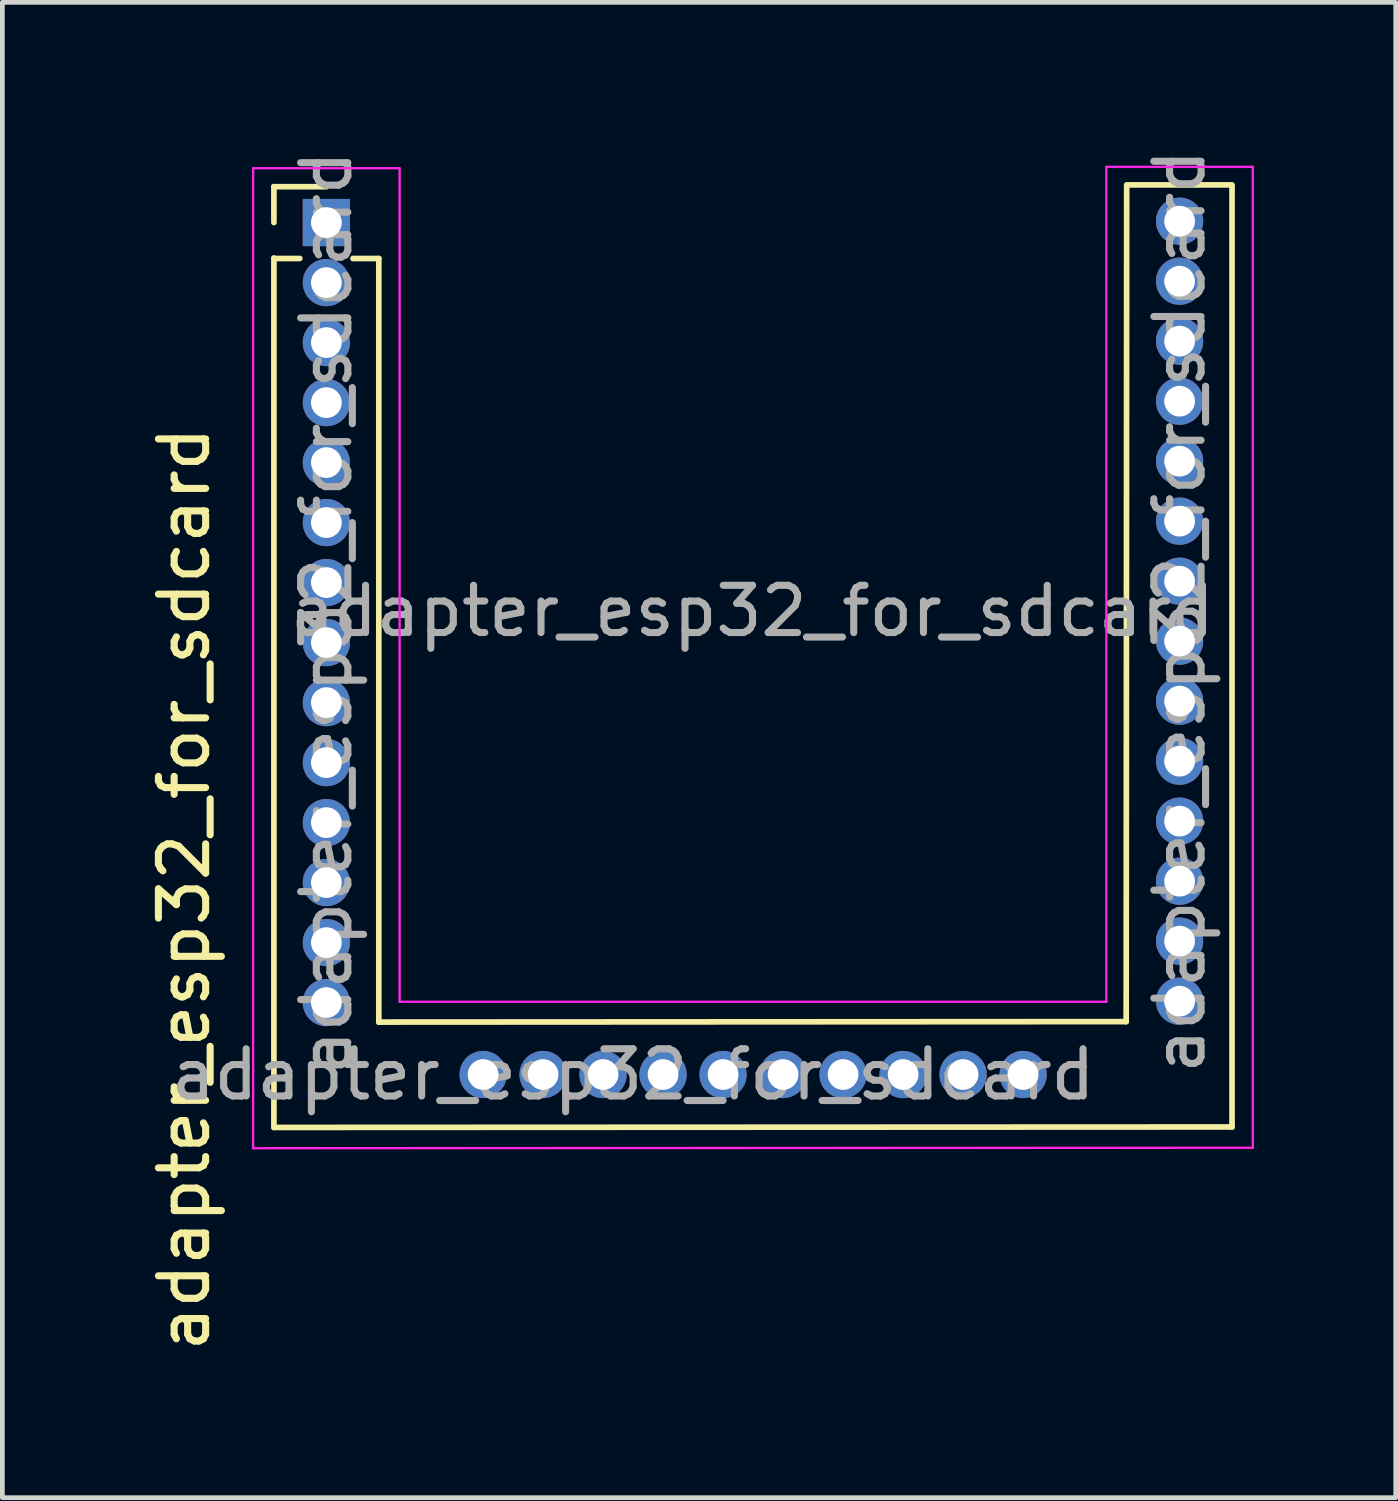
<source format=kicad_pcb>
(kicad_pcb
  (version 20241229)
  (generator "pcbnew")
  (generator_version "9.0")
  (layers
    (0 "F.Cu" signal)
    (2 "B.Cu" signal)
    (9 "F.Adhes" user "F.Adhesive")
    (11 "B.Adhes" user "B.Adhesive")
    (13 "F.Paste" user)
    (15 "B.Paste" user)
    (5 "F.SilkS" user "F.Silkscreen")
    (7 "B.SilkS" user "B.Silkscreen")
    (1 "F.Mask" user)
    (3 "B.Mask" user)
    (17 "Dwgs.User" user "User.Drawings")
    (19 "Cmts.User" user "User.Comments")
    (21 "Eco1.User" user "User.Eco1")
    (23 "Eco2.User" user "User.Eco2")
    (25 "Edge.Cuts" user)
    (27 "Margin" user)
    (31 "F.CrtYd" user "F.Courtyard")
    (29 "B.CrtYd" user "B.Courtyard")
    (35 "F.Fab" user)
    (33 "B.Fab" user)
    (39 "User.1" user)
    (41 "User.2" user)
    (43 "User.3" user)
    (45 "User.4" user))
  (footprint "adapter_esp32_for_sdcard"
    (layer "F.Cu")
    (at 12.878 9.884)
    (property "Reference" "adapter_esp32_for_sdcard" (at -12.03 5.88 90) (layer "F.SilkS") (effects (font (size 1 1) (thickness 0.15))))
    (attr through_hole)
    (fp_line (start -10.13 -8.982) (end -9.02 -8.982) (stroke (width 0.12) (type solid)) (layer "F.SilkS"))
    (fp_line (start -10.13 -8.223) (end -10.13 -8.982) (stroke (width 0.12) (type solid)) (layer "F.SilkS"))
    (fp_line (start -10.13 -7.473) (end -10.13 10.93) (stroke (width 0.12) (type solid)) (layer "F.SilkS"))
    (fp_line (start -10.13 -7.463) (end -9.583 -7.463) (stroke (width 0.12) (type solid)) (layer "F.SilkS"))
    (fp_line (start -10.13 10.93) (end 10.15 10.92) (stroke (width 0.12) (type solid)) (layer "F.SilkS"))
    (fp_line (start -8.457 -7.463) (end -7.91 -7.463) (stroke (width 0.12) (type solid)) (layer "F.SilkS"))
    (fp_line (start -7.91 -7.463) (end -7.91 8.7) (stroke (width 0.12) (type solid)) (layer "F.SilkS"))
    (fp_line (start -7.91 8.7) (end 7.91 8.69) (stroke (width 0.12) (type solid)) (layer "F.SilkS"))
    (fp_line (start 7.92 -9) (end 7.91 8.69) (stroke (width 0.12) (type solid)) (layer "F.SilkS"))
    (fp_line (start 10.15 -9.02) (end 7.92 -9.02) (stroke (width 0.12) (type solid)) (layer "F.SilkS"))
    (fp_line (start 10.15 -9) (end 10.15 10.92) (stroke (width 0.12) (type solid)) (layer "F.SilkS"))
    (fp_line (start -10.57 -9.373) (end -10.57 11.37) (stroke (width 0.05) (type solid)) (layer "F.CrtYd"))
    (fp_line (start -10.57 11.37) (end 10.59 11.36) (stroke (width 0.05) (type solid)) (layer "F.CrtYd"))
    (fp_line (start -7.47 -9.373) (end -10.57 -9.373) (stroke (width 0.05) (type solid)) (layer "F.CrtYd"))
    (fp_line (start -7.47 8.27) (end -7.47 -9.373) (stroke (width 0.05) (type solid)) (layer "F.CrtYd"))
    (fp_line (start 7.49 -9.402) (end 7.49 8.27) (stroke (width 0.05) (type solid)) (layer "F.CrtYd"))
    (fp_line (start 7.49 8.27) (end -7.47 8.27) (stroke (width 0.05) (type solid)) (layer "F.CrtYd"))
    (fp_line (start 10.59 -9.402) (end 7.49 -9.402) (stroke (width 0.05) (type solid)) (layer "F.CrtYd"))
    (fp_line (start 10.59 11.36) (end 10.59 -9.402) (stroke (width 0.05) (type solid)) (layer "F.CrtYd"))
    (fp_text user "${REFERENCE}" (at 9.04 0.003 90) (layer "F.Fab") (effects (font (size 1 1) (thickness 0.15))))
    (fp_text user "${REFERENCE}" (at 0 0 0) (layer "F.Fab") (effects (font (size 1 1) (thickness 0.15))))
    (fp_text user "${REFERENCE}" (at -2.527 9.81 180) (layer "F.Fab") (effects (font (size 1 1) (thickness 0.15))))
    (fp_text user "${REFERENCE}" (at -9.02 0.033 90) (layer "F.Fab") (effects (font (size 1 1) (thickness 0.15))))
    (pad "1" thru_hole rect (at -9.02 -8.223) (size 1 1) (drill 0.65) (layers "*.Cu" "*.Mask"))
    (pad "2" thru_hole oval (at -9.02 -6.952) (size 1 1) (drill 0.65) (layers "*.Cu" "*.Mask"))
    (pad "3" thru_hole oval (at -9.02 -5.683) (size 1 1) (drill 0.65) (layers "*.Cu" "*.Mask"))
    (pad "4" thru_hole oval (at -9.02 -4.412) (size 1 1) (drill 0.65) (layers "*.Cu" "*.Mask"))
    (pad "5" thru_hole oval (at -9.02 -3.143) (size 1 1) (drill 0.65) (layers "*.Cu" "*.Mask"))
    (pad "6" thru_hole oval (at -9.02 -1.873) (size 1 1) (drill 0.65) (layers "*.Cu" "*.Mask"))
    (pad "7" thru_hole oval (at -9.02 -0.603) (size 1 1) (drill 0.65) (layers "*.Cu" "*.Mask"))
    (pad "8" thru_hole oval (at -9.02 0.667) (size 1 1) (drill 0.65) (layers "*.Cu" "*.Mask"))
    (pad "9" thru_hole oval (at -9.02 1.938) (size 1 1) (drill 0.65) (layers "*.Cu" "*.Mask"))
    (pad "10" thru_hole oval (at -9.02 3.208) (size 1 1) (drill 0.65) (layers "*.Cu" "*.Mask"))
    (pad "11" thru_hole oval (at -9.02 4.478) (size 1 1) (drill 0.65) (layers "*.Cu" "*.Mask"))
    (pad "12" thru_hole oval (at -9.02 5.747) (size 1 1) (drill 0.65) (layers "*.Cu" "*.Mask"))
    (pad "13" thru_hole oval (at -9.02 7.018) (size 1 1) (drill 0.65) (layers "*.Cu" "*.Mask"))
    (pad "14" thru_hole oval (at -9.02 8.287) (size 1 1) (drill 0.65) (layers "*.Cu" "*.Mask"))
    (pad "15" thru_hole oval (at -5.702 9.81 90) (size 1 1) (drill 0.65) (layers "*.Cu" "*.Mask"))
    (pad "16" thru_hole oval (at -4.433 9.81 90) (size 1 1) (drill 0.65) (layers "*.Cu" "*.Mask"))
    (pad "17" thru_hole oval (at -3.163 9.81 90) (size 1 1) (drill 0.65) (layers "*.Cu" "*.Mask"))
    (pad "18" thru_hole oval (at -1.893 9.81 90) (size 1 1) (drill 0.65) (layers "*.Cu" "*.Mask"))
    (pad "19" thru_hole oval (at -0.623 9.81 90) (size 1 1) (drill 0.65) (layers "*.Cu" "*.Mask"))
    (pad "20" thru_hole oval (at 0.647 9.81 90) (size 1 1) (drill 0.65) (layers "*.Cu" "*.Mask"))
    (pad "21" thru_hole oval (at 1.917 9.81 90) (size 1 1) (drill 0.65) (layers "*.Cu" "*.Mask"))
    (pad "22" thru_hole oval (at 3.188 9.81 90) (size 1 1) (drill 0.65) (layers "*.Cu" "*.Mask"))
    (pad "23" thru_hole oval (at 4.457 9.81 90) (size 1 1) (drill 0.65) (layers "*.Cu" "*.Mask"))
    (pad "24" thru_hole oval (at 5.728 9.81 90) (size 1 1) (drill 0.65) (layers "*.Cu" "*.Mask"))
    (pad "25" thru_hole oval (at 9.04 8.258) (size 1 1) (drill 0.65) (layers "*.Cu" "*.Mask"))
    (pad "26" thru_hole oval (at 9.04 6.987) (size 1 1) (drill 0.65) (layers "*.Cu" "*.Mask"))
    (pad "27" thru_hole oval (at 9.04 5.718) (size 1 1) (drill 0.65) (layers "*.Cu" "*.Mask"))
    (pad "28" thru_hole oval (at 9.04 4.447) (size 1 1) (drill 0.65) (layers "*.Cu" "*.Mask"))
    (pad "29" thru_hole oval (at 9.04 3.178) (size 1 1) (drill 0.65) (layers "*.Cu" "*.Mask"))
    (pad "30" thru_hole oval (at 9.04 1.907) (size 1 1) (drill 0.65) (layers "*.Cu" "*.Mask"))
    (pad "31" thru_hole oval (at 9.04 0.637) (size 1 1) (drill 0.65) (layers "*.Cu" "*.Mask"))
    (pad "32" thru_hole oval (at 9.04 -0.632) (size 1 1) (drill 0.65) (layers "*.Cu" "*.Mask"))
    (pad "33" thru_hole oval (at 9.04 -1.903) (size 1 1) (drill 0.65) (layers "*.Cu" "*.Mask"))
    (pad "34" thru_hole oval (at 9.04 -3.172) (size 1 1) (drill 0.65) (layers "*.Cu" "*.Mask"))
    (pad "35" thru_hole oval (at 9.04 -4.442) (size 1 1) (drill 0.65) (layers "*.Cu" "*.Mask"))
    (pad "36" thru_hole oval (at 9.04 -5.713) (size 1 1) (drill 0.65) (layers "*.Cu" "*.Mask"))
    (pad "37" thru_hole oval (at 9.04 -6.982) (size 1 1) (drill 0.65) (layers "*.Cu" "*.Mask"))
    (pad "38" thru_hole circle (at 9.04 -8.252) (size 1 1) (drill 0.65) (layers "*.Cu" "*.Mask")))
  (gr_rect
    (start -3 -3)
    (end 26.493 28.651)
    (stroke (width 0.1) (type default))
    (fill no)
    (layer "Edge.Cuts")))
</source>
